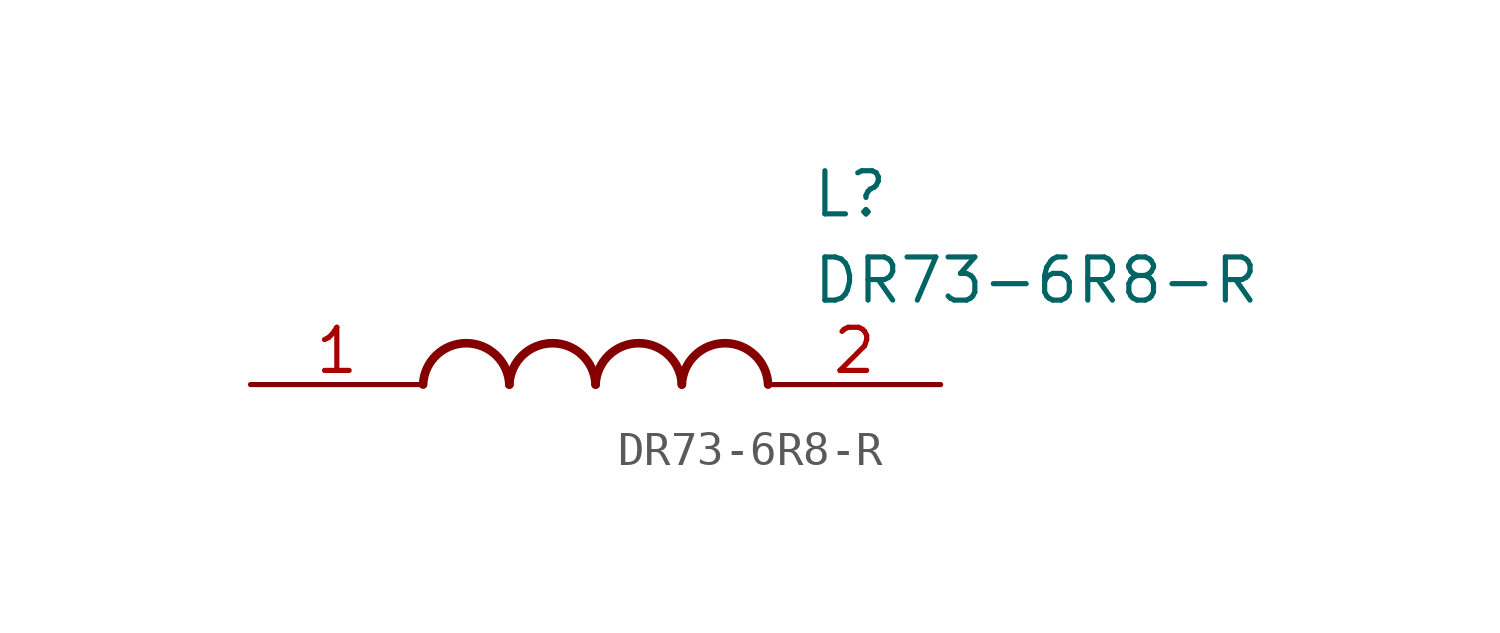
<source format=kicad_sym>
(kicad_symbol_lib
  (version 20220914)
  (generator kicad_symbol_editor)
  (symbol "DR73-6R8-R"
    (pin_names hide)
    (property "Reference" "L"
      (at 16.51 6.35 0)
      (effects (font (size 1.27 1.27)) (justify left top)))
    (property "Value" "DR73-6R8-R"
      (at 16.51 3.81 0)
      (effects (font (size 1.27 1.27)) (justify left top)))
    (symbol "DR73-6R8-R_1_1"
      (arc (start 7.62 0) (mid 6.35 1.219) (end 5.08 0) (stroke (width 0.254) (type default)) (fill (type none)))
      (arc (start 10.16 0) (mid 8.89 1.219) (end 7.62 0) (stroke (width 0.254) (type default)) (fill (type none)))
      (arc (start 12.7 0) (mid 11.43 1.219) (end 10.16 0) (stroke (width 0.254) (type default)) (fill (type none)))
      (arc (start 15.24 0) (mid 13.97 1.219) (end 12.7 0) (stroke (width 0.254) (type default)) (fill (type none)))
      (pin passive line (at 0 0 0) (length 5.08) (name "1" (effects (font (size 1.27 1.27)))) (number "1" (effects (font (size 1.27 1.27)))))
      (pin passive line (at 20.32 0 180) (length 5.08) (name "2" (effects (font (size 1.27 1.27)))) (number "2" (effects (font (size 1.27 1.27))))))))
</source>
